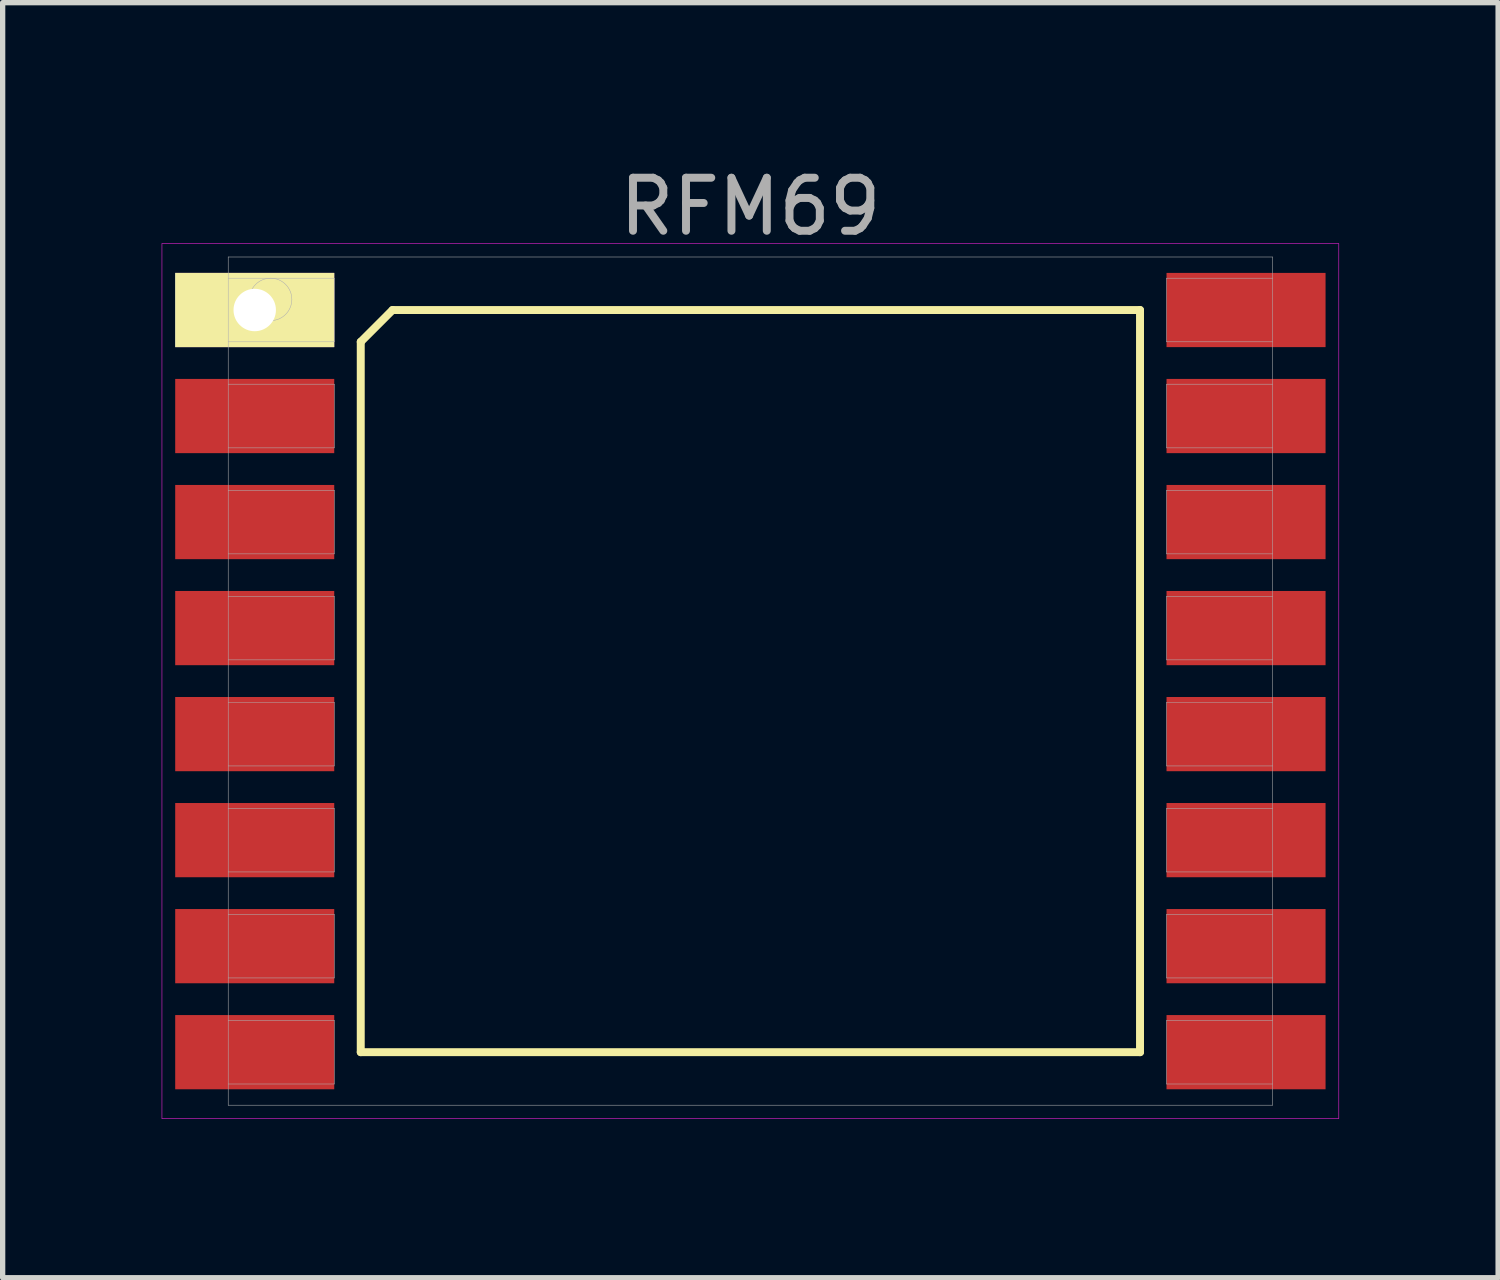
<source format=kicad_pcb>
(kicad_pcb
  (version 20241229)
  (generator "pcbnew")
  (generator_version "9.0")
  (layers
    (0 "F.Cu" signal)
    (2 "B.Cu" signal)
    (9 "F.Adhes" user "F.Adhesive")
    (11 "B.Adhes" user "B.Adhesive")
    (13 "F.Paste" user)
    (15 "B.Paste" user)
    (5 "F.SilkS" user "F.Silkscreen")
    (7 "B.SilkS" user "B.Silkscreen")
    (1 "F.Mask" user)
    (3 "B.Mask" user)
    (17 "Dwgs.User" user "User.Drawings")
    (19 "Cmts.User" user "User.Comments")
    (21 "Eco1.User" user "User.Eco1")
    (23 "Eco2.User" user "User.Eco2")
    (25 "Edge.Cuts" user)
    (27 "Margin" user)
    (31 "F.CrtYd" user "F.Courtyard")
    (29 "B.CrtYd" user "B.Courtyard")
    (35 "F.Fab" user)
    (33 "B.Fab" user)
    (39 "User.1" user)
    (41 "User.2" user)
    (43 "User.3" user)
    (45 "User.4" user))
  (footprint "RFM69"
    (layer "F.Cu")
    (at 11.105 9.798)
    (property "Reference" "RFM69" (at 0 -8.95 0) (layer "F.Fab") (effects (font (size 1 1) (thickness 0.15))))
    (attr through_hole)
    (fp_line (start -7.35 -6.4) (end -6.75 -7) (stroke (width 0.15) (type solid)) (layer "F.SilkS"))
    (fp_line (start -7.35 7) (end -7.35 -6.4) (stroke (width 0.15) (type solid)) (layer "F.SilkS"))
    (fp_line (start -6.75 -7) (end 7.35 -7) (stroke (width 0.15) (type solid)) (layer "F.SilkS"))
    (fp_line (start 7.35 -7) (end 7.35 7) (stroke (width 0.15) (type solid)) (layer "F.SilkS"))
    (fp_line (start 7.35 7) (end -7.35 7) (stroke (width 0.15) (type solid)) (layer "F.SilkS"))
    (fp_line (start -11.1 -8.25) (end 11.1 -8.25) (stroke (width 0.01) (type solid)) (layer "F.CrtYd"))
    (fp_line (start -11.1 8.25) (end -11.1 -8.25) (stroke (width 0.01) (type solid)) (layer "F.CrtYd"))
    (fp_line (start 11.1 -8.25) (end 11.1 8.25) (stroke (width 0.01) (type solid)) (layer "F.CrtYd"))
    (fp_line (start 11.1 8.25) (end -11.1 8.25) (stroke (width 0.01) (type solid)) (layer "F.CrtYd"))
    (fp_line (start -9.85 -8) (end 9.85 -8) (stroke (width 0.01) (type solid)) (layer "F.Fab"))
    (fp_line (start -9.85 -6.4) (end -7.85 -6.4) (stroke (width 0.01) (type solid)) (layer "F.Fab"))
    (fp_line (start -9.85 -4.4) (end -7.85 -4.4) (stroke (width 0.01) (type solid)) (layer "F.Fab"))
    (fp_line (start -9.85 -2.4) (end -7.85 -2.4) (stroke (width 0.01) (type solid)) (layer "F.Fab"))
    (fp_line (start -9.85 -0.4) (end -7.85 -0.4) (stroke (width 0.01) (type solid)) (layer "F.Fab"))
    (fp_line (start -9.85 1.6) (end -7.85 1.6) (stroke (width 0.01) (type solid)) (layer "F.Fab"))
    (fp_line (start -9.85 3.6) (end -7.85 3.6) (stroke (width 0.01) (type solid)) (layer "F.Fab"))
    (fp_line (start -9.85 5.6) (end -7.85 5.6) (stroke (width 0.01) (type solid)) (layer "F.Fab"))
    (fp_line (start -9.85 7.6) (end -7.85 7.6) (stroke (width 0.01) (type solid)) (layer "F.Fab"))
    (fp_line (start -9.85 8) (end -9.85 -8) (stroke (width 0.01) (type solid)) (layer "F.Fab"))
    (fp_line (start -7.85 -7.6) (end -9.85 -7.6) (stroke (width 0.01) (type solid)) (layer "F.Fab"))
    (fp_line (start -7.85 -6.4) (end -7.85 -7.6) (stroke (width 0.01) (type solid)) (layer "F.Fab"))
    (fp_line (start -7.85 -5.6) (end -9.85 -5.6) (stroke (width 0.01) (type solid)) (layer "F.Fab"))
    (fp_line (start -7.85 -4.4) (end -7.85 -5.6) (stroke (width 0.01) (type solid)) (layer "F.Fab"))
    (fp_line (start -7.85 -3.6) (end -9.85 -3.6) (stroke (width 0.01) (type solid)) (layer "F.Fab"))
    (fp_line (start -7.85 -2.4) (end -7.85 -3.6) (stroke (width 0.01) (type solid)) (layer "F.Fab"))
    (fp_line (start -7.85 -1.6) (end -9.85 -1.6) (stroke (width 0.01) (type solid)) (layer "F.Fab"))
    (fp_line (start -7.85 -0.4) (end -7.85 -1.6) (stroke (width 0.01) (type solid)) (layer "F.Fab"))
    (fp_line (start -7.85 0.4) (end -9.85 0.4) (stroke (width 0.01) (type solid)) (layer "F.Fab"))
    (fp_line (start -7.85 1.6) (end -7.85 0.4) (stroke (width 0.01) (type solid)) (layer "F.Fab"))
    (fp_line (start -7.85 2.4) (end -9.85 2.4) (stroke (width 0.01) (type solid)) (layer "F.Fab"))
    (fp_line (start -7.85 3.6) (end -7.85 2.4) (stroke (width 0.01) (type solid)) (layer "F.Fab"))
    (fp_line (start -7.85 4.4) (end -9.85 4.4) (stroke (width 0.01) (type solid)) (layer "F.Fab"))
    (fp_line (start -7.85 5.6) (end -7.85 4.4) (stroke (width 0.01) (type solid)) (layer "F.Fab"))
    (fp_line (start -7.85 6.4) (end -9.85 6.4) (stroke (width 0.01) (type solid)) (layer "F.Fab"))
    (fp_line (start -7.85 7.6) (end -7.85 6.4) (stroke (width 0.01) (type solid)) (layer "F.Fab"))
    (fp_line (start 7.85 -7.6) (end 7.85 -6.4) (stroke (width 0.01) (type solid)) (layer "F.Fab"))
    (fp_line (start 7.85 -6.4) (end 9.85 -6.4) (stroke (width 0.01) (type solid)) (layer "F.Fab"))
    (fp_line (start 7.85 -5.6) (end 7.85 -4.4) (stroke (width 0.01) (type solid)) (layer "F.Fab"))
    (fp_line (start 7.85 -4.4) (end 9.85 -4.4) (stroke (width 0.01) (type solid)) (layer "F.Fab"))
    (fp_line (start 7.85 -3.6) (end 7.85 -2.4) (stroke (width 0.01) (type solid)) (layer "F.Fab"))
    (fp_line (start 7.85 -2.4) (end 9.85 -2.4) (stroke (width 0.01) (type solid)) (layer "F.Fab"))
    (fp_line (start 7.85 -1.6) (end 7.85 -0.4) (stroke (width 0.01) (type solid)) (layer "F.Fab"))
    (fp_line (start 7.85 -0.4) (end 9.85 -0.4) (stroke (width 0.01) (type solid)) (layer "F.Fab"))
    (fp_line (start 7.85 0.4) (end 7.85 1.6) (stroke (width 0.01) (type solid)) (layer "F.Fab"))
    (fp_line (start 7.85 1.6) (end 9.85 1.6) (stroke (width 0.01) (type solid)) (layer "F.Fab"))
    (fp_line (start 7.85 2.4) (end 7.85 3.6) (stroke (width 0.01) (type solid)) (layer "F.Fab"))
    (fp_line (start 7.85 3.6) (end 9.85 3.6) (stroke (width 0.01) (type solid)) (layer "F.Fab"))
    (fp_line (start 7.85 4.4) (end 7.85 5.6) (stroke (width 0.01) (type solid)) (layer "F.Fab"))
    (fp_line (start 7.85 5.6) (end 9.85 5.6) (stroke (width 0.01) (type solid)) (layer "F.Fab"))
    (fp_line (start 7.85 6.4) (end 7.85 7.6) (stroke (width 0.01) (type solid)) (layer "F.Fab"))
    (fp_line (start 7.85 7.6) (end 9.85 7.6) (stroke (width 0.01) (type solid)) (layer "F.Fab"))
    (fp_line (start 9.85 -8) (end 9.85 8) (stroke (width 0.01) (type solid)) (layer "F.Fab"))
    (fp_line (start 9.85 -7.6) (end 7.85 -7.6) (stroke (width 0.01) (type solid)) (layer "F.Fab"))
    (fp_line (start 9.85 -5.6) (end 7.85 -5.6) (stroke (width 0.01) (type solid)) (layer "F.Fab"))
    (fp_line (start 9.85 -3.6) (end 7.85 -3.6) (stroke (width 0.01) (type solid)) (layer "F.Fab"))
    (fp_line (start 9.85 -1.6) (end 7.85 -1.6) (stroke (width 0.01) (type solid)) (layer "F.Fab"))
    (fp_line (start 9.85 0.4) (end 7.85 0.4) (stroke (width 0.01) (type solid)) (layer "F.Fab"))
    (fp_line (start 9.85 2.4) (end 7.85 2.4) (stroke (width 0.01) (type solid)) (layer "F.Fab"))
    (fp_line (start 9.85 4.4) (end 7.85 4.4) (stroke (width 0.01) (type solid)) (layer "F.Fab"))
    (fp_line (start 9.85 6.4) (end 7.85 6.4) (stroke (width 0.01) (type solid)) (layer "F.Fab"))
    (fp_line (start 9.85 8) (end -9.85 8) (stroke (width 0.01) (type solid)) (layer "F.Fab"))
    (fp_circle (center -9.05 -7.2) (end -9.05 -6.8) (stroke (width 0.01) (type solid)) (fill no) (layer "F.Fab"))
    (pad "1" thru_hole rect (at -9.35 -7) (size 3 1.4) (drill 0.8) (layers "*.Cu" "*.Mask" "F.SilkS"))
    (pad "2" smd rect (at -9.35 -5) (size 3 1.4) (layers "F.Cu" "F.Mask" "F.Paste"))
    (pad "3" smd rect (at -9.35 -3) (size 3 1.4) (layers "F.Cu" "F.Mask" "F.Paste"))
    (pad "4" smd rect (at -9.35 -1) (size 3 1.4) (layers "F.Cu" "F.Mask" "F.Paste"))
    (pad "5" smd rect (at -9.35 1) (size 3 1.4) (layers "F.Cu" "F.Mask" "F.Paste"))
    (pad "6" smd rect (at -9.35 3) (size 3 1.4) (layers "F.Cu" "F.Mask" "F.Paste"))
    (pad "7" smd rect (at -9.35 5) (size 3 1.4) (layers "F.Cu" "F.Mask" "F.Paste"))
    (pad "8" smd rect (at -9.35 7) (size 3 1.4) (layers "F.Cu" "F.Mask" "F.Paste"))
    (pad "9" smd rect (at 9.35 7) (size 3 1.4) (layers "F.Cu" "F.Mask" "F.Paste"))
    (pad "10" smd rect (at 9.35 5) (size 3 1.4) (layers "F.Cu" "F.Mask" "F.Paste"))
    (pad "11" smd rect (at 9.35 3) (size 3 1.4) (layers "F.Cu" "F.Mask" "F.Paste"))
    (pad "12" smd rect (at 9.35 1) (size 3 1.4) (layers "F.Cu" "F.Mask" "F.Paste"))
    (pad "13" smd rect (at 9.35 -1) (size 3 1.4) (layers "F.Cu" "F.Mask" "F.Paste"))
    (pad "14" smd rect (at 9.35 -3) (size 3 1.4) (layers "F.Cu" "F.Mask" "F.Paste"))
    (pad "15" smd rect (at 9.35 -5) (size 3 1.4) (layers "F.Cu" "F.Mask" "F.Paste"))
    (pad "16" smd rect (at 9.35 -7) (size 3 1.4) (layers "F.Cu" "F.Mask" "F.Paste")))
  (gr_rect
    (start -3 -3)
    (end 25.21 21.053)
    (stroke (width 0.1) (type default))
    (fill no)
    (layer "Edge.Cuts")))
</source>
